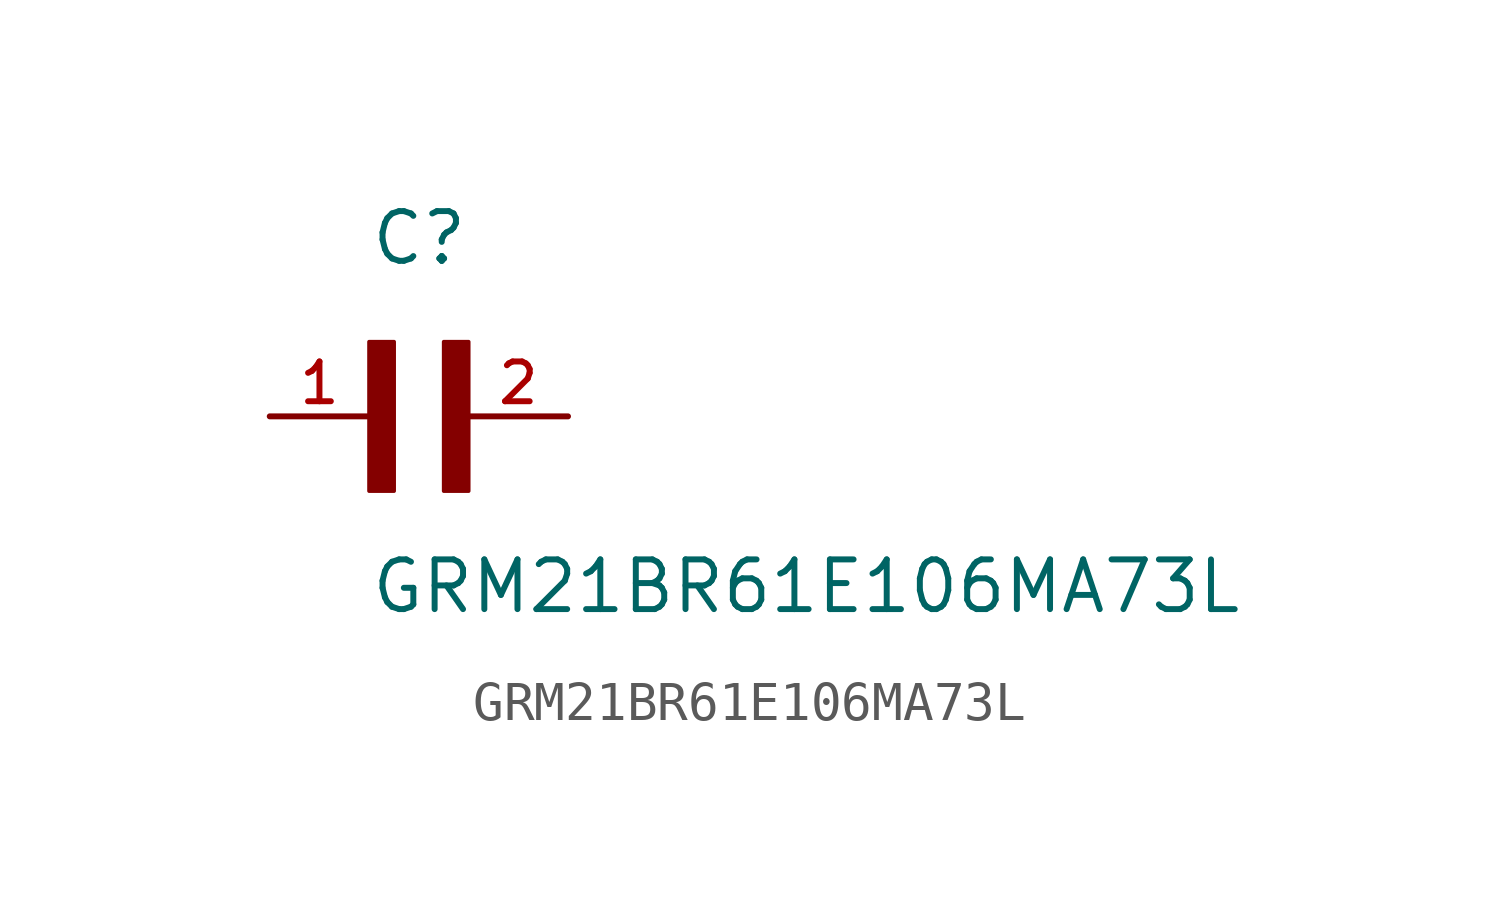
<source format=kicad_sym>
(kicad_symbol_lib
  (version 20211014)
  (generator kicad_symbol_editor)
  (symbol "GRM21BR61E106MA73L"
    (pin_names
      (offset 1.016))
    (property "Reference" "C"
      (at 0.0 3.811 0)
      (effects (font (size 1.27 1.27)) (justify bottom left)))
    (property "Value" "GRM21BR61E106MA73L"
      (at 0.0 -5.088 0)
      (effects (font (size 1.27 1.27)) (justify bottom left)))
    (symbol "GRM21BR61E106MA73L_0_0"
      (rectangle (start 0.0 -1.907) (end 0.635 1.905) (stroke (width 0.1)) (fill (type outline)))
      (rectangle (start 1.907 -1.907) (end 2.54 1.905) (stroke (width 0.1)) (fill (type outline)))
      (pin passive line (at 5.08 0.0 180.0) (length 2.54) (name "~" (effects (font (size 1.016 1.016)))) (number "2" (effects (font (size 1.016 1.016)))))
      (pin passive line (at -2.54 0.0 0) (length 2.54) (name "~" (effects (font (size 1.016 1.016)))) (number "1" (effects (font (size 1.016 1.016))))))))
</source>
